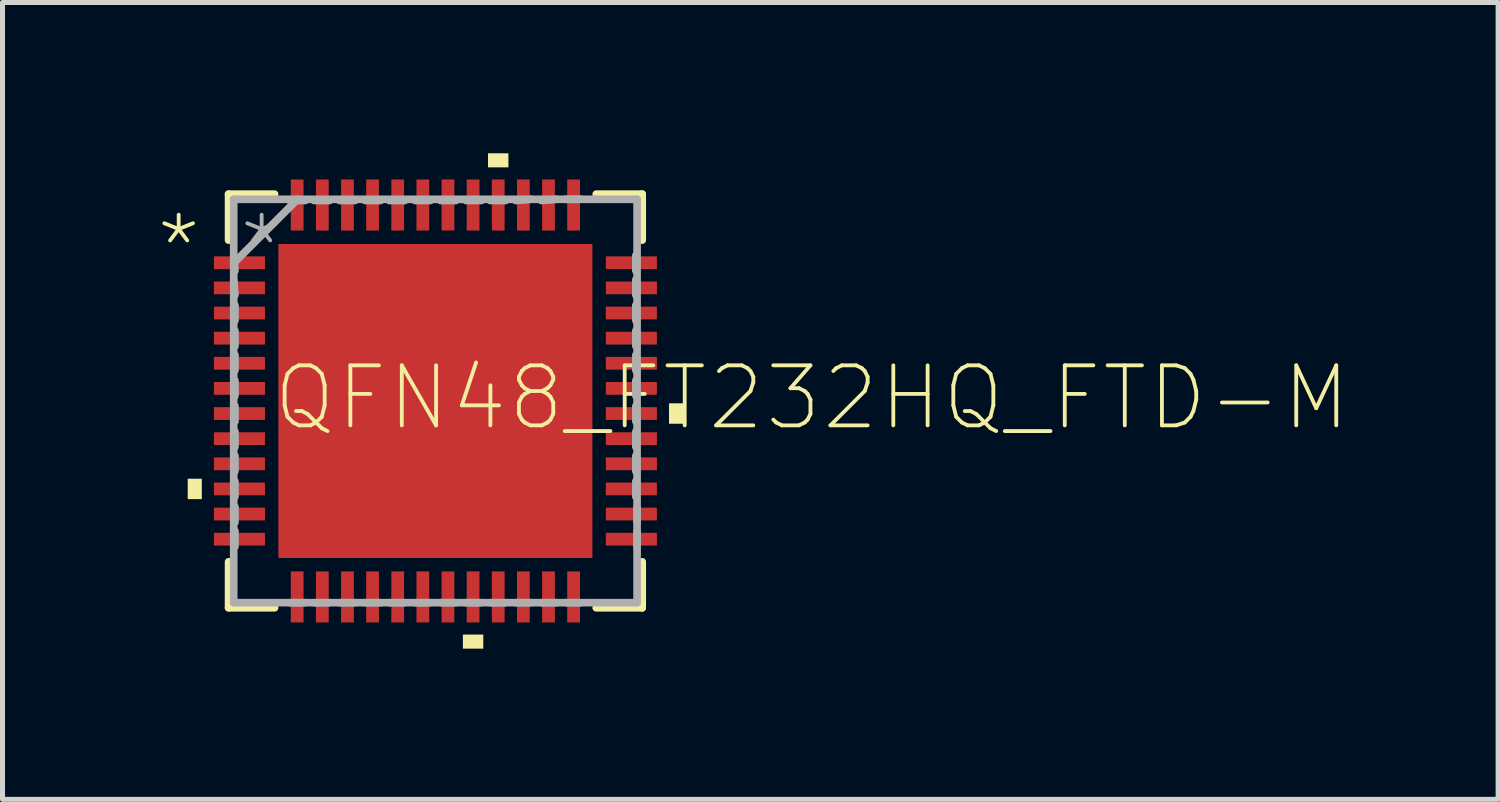
<source format=kicad_pcb>
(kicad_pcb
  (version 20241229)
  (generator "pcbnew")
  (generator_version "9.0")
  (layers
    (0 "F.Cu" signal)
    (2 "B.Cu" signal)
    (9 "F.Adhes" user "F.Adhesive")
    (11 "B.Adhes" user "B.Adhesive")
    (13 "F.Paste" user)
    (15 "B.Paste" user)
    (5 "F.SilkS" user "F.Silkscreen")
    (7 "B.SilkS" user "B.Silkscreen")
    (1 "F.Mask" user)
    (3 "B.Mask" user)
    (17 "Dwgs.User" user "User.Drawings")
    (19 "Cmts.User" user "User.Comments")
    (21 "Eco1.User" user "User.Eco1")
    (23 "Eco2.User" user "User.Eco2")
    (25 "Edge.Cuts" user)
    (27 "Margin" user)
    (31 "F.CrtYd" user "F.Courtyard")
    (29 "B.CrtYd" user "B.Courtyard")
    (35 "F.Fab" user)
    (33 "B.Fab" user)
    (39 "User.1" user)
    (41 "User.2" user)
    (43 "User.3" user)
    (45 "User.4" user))
  (footprint "QFN48_FT232HQ_FTD-M"
    (layer "F.Cu")
    (at 5.613 4.928)
    (property "Reference" "QFN48_FT232HQ_FTD-M" (at -3.277 0.635 0) (layer "F.SilkS") (effects (font (size 1.194 1.194) (thickness 0.076)) (justify left bottom)))
    (fp_line (start -4.115 -4.115) (end -4.115 -3.2) (stroke (width 0.152) (type solid)) (layer "F.SilkS"))
    (fp_line (start -4.115 3.2) (end -4.115 4.115) (stroke (width 0.152) (type solid)) (layer "F.SilkS"))
    (fp_line (start -4.115 4.115) (end -3.2 4.115) (stroke (width 0.152) (type solid)) (layer "F.SilkS"))
    (fp_line (start -3.2 -4.115) (end -4.115 -4.115) (stroke (width 0.152) (type solid)) (layer "F.SilkS"))
    (fp_line (start 3.2 4.115) (end 4.115 4.115) (stroke (width 0.152) (type solid)) (layer "F.SilkS"))
    (fp_line (start 4.115 -4.115) (end 3.2 -4.115) (stroke (width 0.152) (type solid)) (layer "F.SilkS"))
    (fp_line (start 4.115 -3.2) (end 4.115 -4.115) (stroke (width 0.152) (type solid)) (layer "F.SilkS"))
    (fp_line (start 4.115 4.115) (end 4.115 3.2) (stroke (width 0.152) (type solid)) (layer "F.SilkS"))
    (fp_poly (pts (xy -4.648 1.953) (xy -4.928 1.953) (xy -4.928 1.547) (xy -4.648 1.547)) (stroke (width 0) (type solid)) (fill yes) (layer "F.SilkS"))
    (fp_poly (pts (xy 0.953 4.928) (xy 0.547 4.928) (xy 0.547 4.648) (xy 0.953 4.648)) (stroke (width 0) (type solid)) (fill yes) (layer "F.SilkS"))
    (fp_poly (pts (xy 1.453 -4.648) (xy 1.047 -4.648) (xy 1.047 -4.928) (xy 1.453 -4.928)) (stroke (width 0) (type solid)) (fill yes) (layer "F.SilkS"))
    (fp_poly (pts (xy 4.928 0.453) (xy 4.648 0.453) (xy 4.648 0.047) (xy 4.928 0.047)) (stroke (width 0) (type solid)) (fill yes) (layer "F.SilkS"))
    (fp_poly (pts (xy -0.087 -0.087) (xy -2.11 -0.087) (xy -2.11 -2.11) (xy -0.087 -2.11)) (stroke (width 0) (type solid)) (fill yes) (layer "F.Paste"))
    (fp_poly (pts (xy -0.087 2.11) (xy -2.11 2.11) (xy -2.11 0.087) (xy -0.087 0.087)) (stroke (width 0) (type solid)) (fill yes) (layer "F.Paste"))
    (fp_poly (pts (xy 2.11 -0.087) (xy 0.087 -0.087) (xy 0.087 -2.11) (xy 2.11 -2.11)) (stroke (width 0) (type solid)) (fill yes) (layer "F.Paste"))
    (fp_poly (pts (xy 2.11 2.11) (xy 0.087 2.11) (xy 0.087 0.087) (xy 2.11 0.087)) (stroke (width 0) (type solid)) (fill yes) (layer "F.Paste"))
    (fp_line (start -4.013 -4.013) (end -4.013 4.013) (stroke (width 0.152) (type solid)) (layer "F.Fab"))
    (fp_line (start -4.013 -2.896) (end -3.988 -2.591) (stroke (width 0.152) (type solid)) (layer "F.Fab"))
    (fp_line (start -4.013 -2.743) (end -2.743 -4.013) (stroke (width 0.152) (type solid)) (layer "F.Fab"))
    (fp_line (start -4.013 -2.413) (end -3.988 -2.108) (stroke (width 0.152) (type solid)) (layer "F.Fab"))
    (fp_line (start -4.013 4.013) (end 4.013 4.013) (stroke (width 0.152) (type solid)) (layer "F.Fab"))
    (fp_line (start -3.988 -1.905) (end -3.988 -1.6) (stroke (width 0.152) (type solid)) (layer "F.Fab"))
    (fp_line (start -3.988 -1.397) (end -3.988 -1.092) (stroke (width 0.152) (type solid)) (layer "F.Fab"))
    (fp_line (start -3.988 -0.914) (end -3.988 -0.61) (stroke (width 0.152) (type solid)) (layer "F.Fab"))
    (fp_line (start -3.988 -0.406) (end -3.988 -0.102) (stroke (width 0.152) (type solid)) (layer "F.Fab"))
    (fp_line (start -3.988 0.102) (end -3.988 0.406) (stroke (width 0.152) (type solid)) (layer "F.Fab"))
    (fp_line (start -3.988 0.61) (end -3.988 0.914) (stroke (width 0.152) (type solid)) (layer "F.Fab"))
    (fp_line (start -3.988 1.092) (end -3.988 1.397) (stroke (width 0.152) (type solid)) (layer "F.Fab"))
    (fp_line (start -3.988 1.6) (end -3.988 1.905) (stroke (width 0.152) (type solid)) (layer "F.Fab"))
    (fp_line (start -3.988 2.108) (end -3.988 2.413) (stroke (width 0.152) (type solid)) (layer "F.Fab"))
    (fp_line (start -3.988 2.591) (end -3.988 2.896) (stroke (width 0.152) (type solid)) (layer "F.Fab"))
    (fp_line (start -2.896 4.013) (end -2.591 4.013) (stroke (width 0.152) (type solid)) (layer "F.Fab"))
    (fp_line (start -2.591 -3.988) (end -2.896 -3.988) (stroke (width 0.152) (type solid)) (layer "F.Fab"))
    (fp_line (start -2.413 4.013) (end -2.108 4.013) (stroke (width 0.152) (type solid)) (layer "F.Fab"))
    (fp_line (start -2.108 -3.988) (end -2.413 -3.988) (stroke (width 0.152) (type solid)) (layer "F.Fab"))
    (fp_line (start -1.905 4.013) (end -1.6 4.013) (stroke (width 0.152) (type solid)) (layer "F.Fab"))
    (fp_line (start -1.6 -3.988) (end -1.905 -3.988) (stroke (width 0.152) (type solid)) (layer "F.Fab"))
    (fp_line (start -1.397 4.013) (end -1.092 4.013) (stroke (width 0.152) (type solid)) (layer "F.Fab"))
    (fp_line (start -1.092 -3.988) (end -1.397 -3.988) (stroke (width 0.152) (type solid)) (layer "F.Fab"))
    (fp_line (start -0.914 4.013) (end -0.61 4.013) (stroke (width 0.152) (type solid)) (layer "F.Fab"))
    (fp_line (start -0.61 -3.988) (end -0.914 -3.988) (stroke (width 0.152) (type solid)) (layer "F.Fab"))
    (fp_line (start -0.406 4.013) (end -0.102 4.013) (stroke (width 0.152) (type solid)) (layer "F.Fab"))
    (fp_line (start -0.102 -3.988) (end -0.406 -3.988) (stroke (width 0.152) (type solid)) (layer "F.Fab"))
    (fp_line (start 0.102 4.013) (end 0.406 4.013) (stroke (width 0.152) (type solid)) (layer "F.Fab"))
    (fp_line (start 0.406 -3.988) (end 0.102 -3.988) (stroke (width 0.152) (type solid)) (layer "F.Fab"))
    (fp_line (start 0.61 4.013) (end 0.914 4.013) (stroke (width 0.152) (type solid)) (layer "F.Fab"))
    (fp_line (start 0.914 -3.988) (end 0.61 -3.988) (stroke (width 0.152) (type solid)) (layer "F.Fab"))
    (fp_line (start 1.092 4.013) (end 1.397 4.013) (stroke (width 0.152) (type solid)) (layer "F.Fab"))
    (fp_line (start 1.397 -3.988) (end 1.092 -3.988) (stroke (width 0.152) (type solid)) (layer "F.Fab"))
    (fp_line (start 1.6 4.013) (end 1.905 4.013) (stroke (width 0.152) (type solid)) (layer "F.Fab"))
    (fp_line (start 1.905 -4.013) (end 1.6 -3.988) (stroke (width 0.152) (type solid)) (layer "F.Fab"))
    (fp_line (start 2.108 4.013) (end 2.413 4.013) (stroke (width 0.152) (type solid)) (layer "F.Fab"))
    (fp_line (start 2.413 -4.013) (end 2.108 -3.988) (stroke (width 0.152) (type solid)) (layer "F.Fab"))
    (fp_line (start 2.591 4.013) (end 2.896 4.013) (stroke (width 0.152) (type solid)) (layer "F.Fab"))
    (fp_line (start 2.896 -4.013) (end 2.591 -4.013) (stroke (width 0.152) (type solid)) (layer "F.Fab"))
    (fp_line (start 3.988 -2.591) (end 3.988 -2.896) (stroke (width 0.152) (type solid)) (layer "F.Fab"))
    (fp_line (start 3.988 -2.108) (end 3.988 -2.413) (stroke (width 0.152) (type solid)) (layer "F.Fab"))
    (fp_line (start 3.988 -1.6) (end 3.988 -1.905) (stroke (width 0.152) (type solid)) (layer "F.Fab"))
    (fp_line (start 3.988 -1.092) (end 3.988 -1.397) (stroke (width 0.152) (type solid)) (layer "F.Fab"))
    (fp_line (start 3.988 -0.61) (end 3.988 -0.914) (stroke (width 0.152) (type solid)) (layer "F.Fab"))
    (fp_line (start 3.988 -0.102) (end 3.988 -0.406) (stroke (width 0.152) (type solid)) (layer "F.Fab"))
    (fp_line (start 3.988 0.406) (end 3.988 0.102) (stroke (width 0.152) (type solid)) (layer "F.Fab"))
    (fp_line (start 3.988 0.914) (end 3.988 0.61) (stroke (width 0.152) (type solid)) (layer "F.Fab"))
    (fp_line (start 3.988 1.397) (end 3.988 1.092) (stroke (width 0.152) (type solid)) (layer "F.Fab"))
    (fp_line (start 3.988 1.905) (end 3.988 1.6) (stroke (width 0.152) (type solid)) (layer "F.Fab"))
    (fp_line (start 4.013 -4.013) (end -4.013 -4.013) (stroke (width 0.152) (type solid)) (layer "F.Fab"))
    (fp_line (start 4.013 2.413) (end 4.013 2.108) (stroke (width 0.152) (type solid)) (layer "F.Fab"))
    (fp_line (start 4.013 2.896) (end 4.013 2.591) (stroke (width 0.152) (type solid)) (layer "F.Fab"))
    (fp_line (start 4.013 4.013) (end 4.013 -4.013) (stroke (width 0.152) (type solid)) (layer "F.Fab"))
    (fp_text user "*" (at -5.613 -2.362 0) (layer "F.SilkS") (effects (font (size 1.194 1.194) (thickness 0.076)) (justify left bottom)))
    (fp_text user "*" (at -3.962 -2.362 0) (layer "F.Fab") (effects (font (size 1.194 1.194) (thickness 0.076)) (justify left bottom)))
    (pad "1" smd rect (at -3.899 -2.75 270) (size 0.254 1.016) (layers "F.Cu" "F.Mask" "F.Paste"))
    (pad "2" smd rect (at -3.899 -2.25 270) (size 0.254 1.016) (layers "F.Cu" "F.Mask" "F.Paste"))
    (pad "3" smd rect (at -3.899 -1.75 270) (size 0.254 1.016) (layers "F.Cu" "F.Mask" "F.Paste"))
    (pad "4" smd rect (at -3.899 -1.25 270) (size 0.254 1.016) (layers "F.Cu" "F.Mask" "F.Paste"))
    (pad "5" smd rect (at -3.899 -0.75 270) (size 0.254 1.016) (layers "F.Cu" "F.Mask" "F.Paste"))
    (pad "6" smd rect (at -3.899 -0.25 270) (size 0.254 1.016) (layers "F.Cu" "F.Mask" "F.Paste"))
    (pad "7" smd rect (at -3.899 0.25 270) (size 0.254 1.016) (layers "F.Cu" "F.Mask" "F.Paste"))
    (pad "8" smd rect (at -3.899 0.75 270) (size 0.254 1.016) (layers "F.Cu" "F.Mask" "F.Paste"))
    (pad "9" smd rect (at -3.899 1.25 270) (size 0.254 1.016) (layers "F.Cu" "F.Mask" "F.Paste"))
    (pad "10" smd rect (at -3.899 1.75 270) (size 0.254 1.016) (layers "F.Cu" "F.Mask" "F.Paste"))
    (pad "11" smd rect (at -3.899 2.25 270) (size 0.254 1.016) (layers "F.Cu" "F.Mask" "F.Paste"))
    (pad "12" smd rect (at -3.899 2.75 270) (size 0.254 1.016) (layers "F.Cu" "F.Mask" "F.Paste"))
    (pad "13" smd rect (at -2.75 3.899 180) (size 0.254 1.016) (layers "F.Cu" "F.Mask" "F.Paste"))
    (pad "14" smd rect (at -2.25 3.899 180) (size 0.254 1.016) (layers "F.Cu" "F.Mask" "F.Paste"))
    (pad "15" smd rect (at -1.75 3.899 180) (size 0.254 1.016) (layers "F.Cu" "F.Mask" "F.Paste"))
    (pad "16" smd rect (at -1.25 3.899 180) (size 0.254 1.016) (layers "F.Cu" "F.Mask" "F.Paste"))
    (pad "17" smd rect (at -0.75 3.899 180) (size 0.254 1.016) (layers "F.Cu" "F.Mask" "F.Paste"))
    (pad "18" smd rect (at -0.25 3.899 180) (size 0.254 1.016) (layers "F.Cu" "F.Mask" "F.Paste"))
    (pad "19" smd rect (at 0.25 3.899 180) (size 0.254 1.016) (layers "F.Cu" "F.Mask" "F.Paste"))
    (pad "20" smd rect (at 0.75 3.899 180) (size 0.254 1.016) (layers "F.Cu" "F.Mask" "F.Paste"))
    (pad "21" smd rect (at 1.25 3.899 180) (size 0.254 1.016) (layers "F.Cu" "F.Mask" "F.Paste"))
    (pad "22" smd rect (at 1.75 3.899 180) (size 0.254 1.016) (layers "F.Cu" "F.Mask" "F.Paste"))
    (pad "23" smd rect (at 2.25 3.899 180) (size 0.254 1.016) (layers "F.Cu" "F.Mask" "F.Paste"))
    (pad "24" smd rect (at 2.75 3.899 180) (size 0.254 1.016) (layers "F.Cu" "F.Mask" "F.Paste"))
    (pad "25" smd rect (at 3.899 2.75 270) (size 0.254 1.016) (layers "F.Cu" "F.Mask" "F.Paste"))
    (pad "26" smd rect (at 3.899 2.25 270) (size 0.254 1.016) (layers "F.Cu" "F.Mask" "F.Paste"))
    (pad "27" smd rect (at 3.899 1.75 270) (size 0.254 1.016) (layers "F.Cu" "F.Mask" "F.Paste"))
    (pad "28" smd rect (at 3.899 1.25 270) (size 0.254 1.016) (layers "F.Cu" "F.Mask" "F.Paste"))
    (pad "29" smd rect (at 3.899 0.75 270) (size 0.254 1.016) (layers "F.Cu" "F.Mask" "F.Paste"))
    (pad "30" smd rect (at 3.899 0.25 270) (size 0.254 1.016) (layers "F.Cu" "F.Mask" "F.Paste"))
    (pad "31" smd rect (at 3.899 -0.25 270) (size 0.254 1.016) (layers "F.Cu" "F.Mask" "F.Paste"))
    (pad "32" smd rect (at 3.899 -0.75 270) (size 0.254 1.016) (layers "F.Cu" "F.Mask" "F.Paste"))
    (pad "33" smd rect (at 3.899 -1.25 270) (size 0.254 1.016) (layers "F.Cu" "F.Mask" "F.Paste"))
    (pad "34" smd rect (at 3.899 -1.75 270) (size 0.254 1.016) (layers "F.Cu" "F.Mask" "F.Paste"))
    (pad "35" smd rect (at 3.899 -2.25 270) (size 0.254 1.016) (layers "F.Cu" "F.Mask" "F.Paste"))
    (pad "36" smd rect (at 3.899 -2.75 270) (size 0.254 1.016) (layers "F.Cu" "F.Mask" "F.Paste"))
    (pad "37" smd rect (at 2.75 -3.899 180) (size 0.254 1.016) (layers "F.Cu" "F.Mask" "F.Paste"))
    (pad "38" smd rect (at 2.25 -3.899 180) (size 0.254 1.016) (layers "F.Cu" "F.Mask" "F.Paste"))
    (pad "39" smd rect (at 1.75 -3.899 180) (size 0.254 1.016) (layers "F.Cu" "F.Mask" "F.Paste"))
    (pad "40" smd rect (at 1.25 -3.899 180) (size 0.254 1.016) (layers "F.Cu" "F.Mask" "F.Paste"))
    (pad "41" smd rect (at 0.75 -3.899 180) (size 0.254 1.016) (layers "F.Cu" "F.Mask" "F.Paste"))
    (pad "42" smd rect (at 0.25 -3.899 180) (size 0.254 1.016) (layers "F.Cu" "F.Mask" "F.Paste"))
    (pad "43" smd rect (at -0.25 -3.899 180) (size 0.254 1.016) (layers "F.Cu" "F.Mask" "F.Paste"))
    (pad "44" smd rect (at -0.75 -3.899 180) (size 0.254 1.016) (layers "F.Cu" "F.Mask" "F.Paste"))
    (pad "45" smd rect (at -1.25 -3.899 180) (size 0.254 1.016) (layers "F.Cu" "F.Mask" "F.Paste"))
    (pad "46" smd rect (at -1.75 -3.899 180) (size 0.254 1.016) (layers "F.Cu" "F.Mask" "F.Paste"))
    (pad "47" smd rect (at -2.25 -3.899 180) (size 0.254 1.016) (layers "F.Cu" "F.Mask" "F.Paste"))
    (pad "48" smd rect (at -2.75 -3.899 180) (size 0.254 1.016) (layers "F.Cu" "F.Mask" "F.Paste"))
    (pad "49" smd rect (at 0 0) (size 6.248 6.248) (layers "F.Cu" "F.Mask")))
  (gr_rect
    (start -3 -3)
    (end 26.758 12.855)
    (stroke (width 0.1) (type default))
    (fill no)
    (layer "Edge.Cuts")))
</source>
